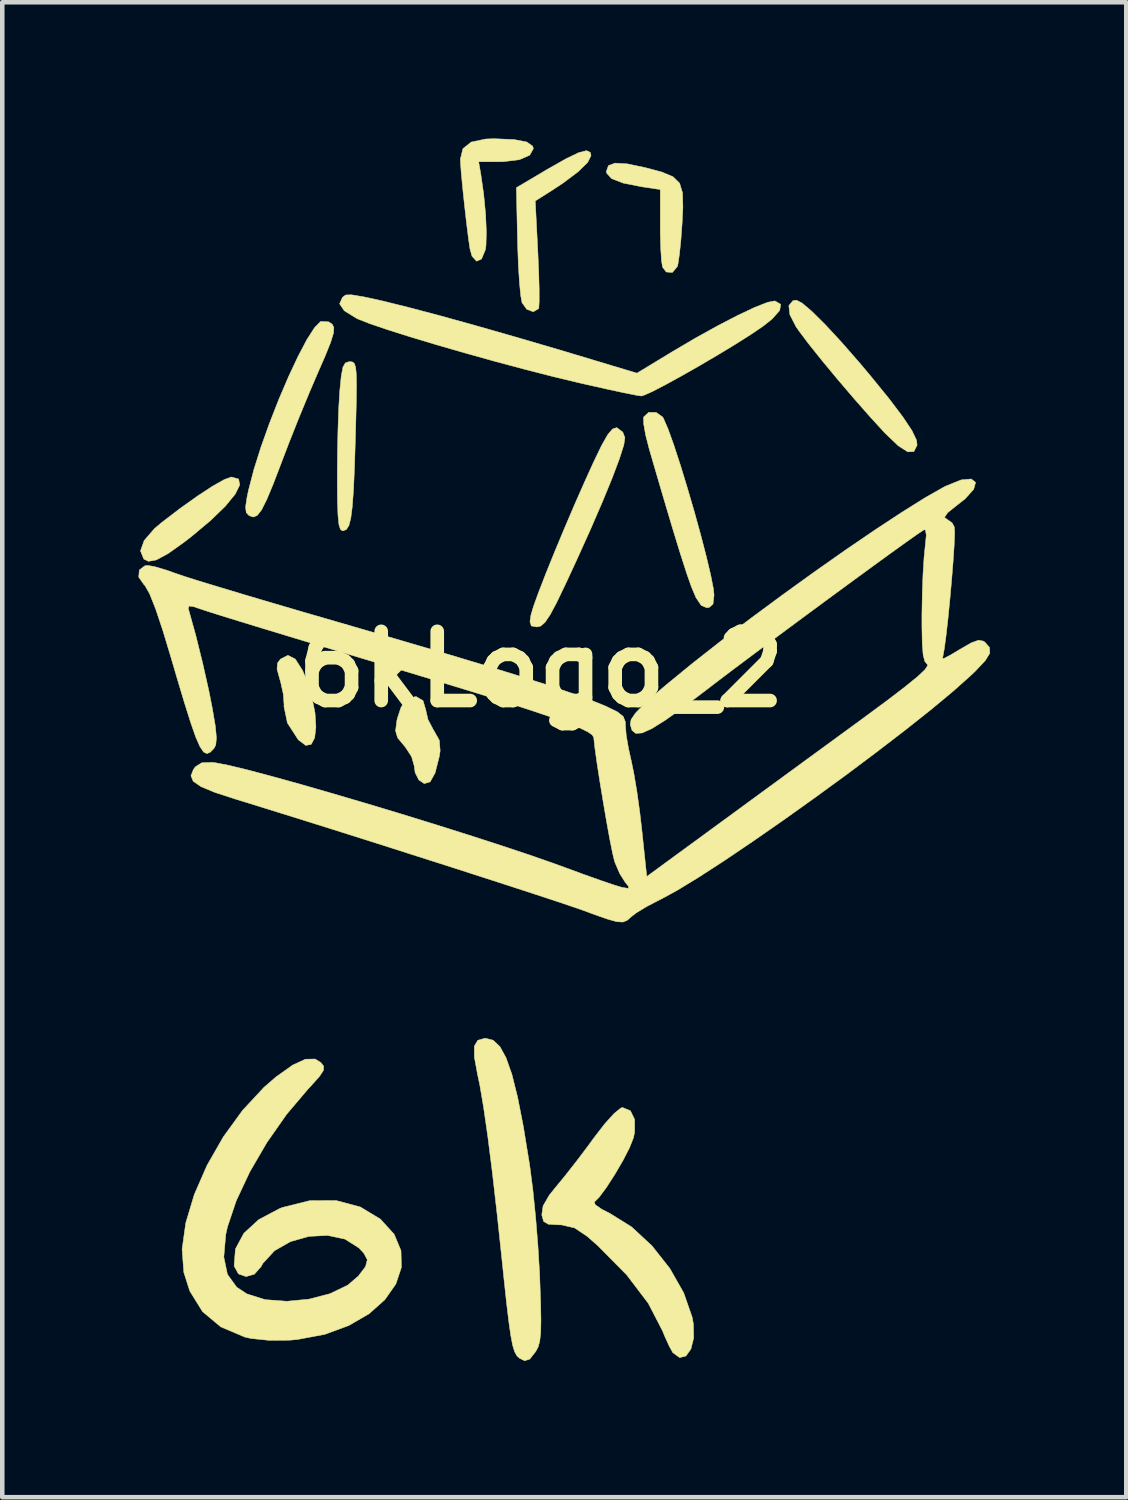
<source format=kicad_pcb>
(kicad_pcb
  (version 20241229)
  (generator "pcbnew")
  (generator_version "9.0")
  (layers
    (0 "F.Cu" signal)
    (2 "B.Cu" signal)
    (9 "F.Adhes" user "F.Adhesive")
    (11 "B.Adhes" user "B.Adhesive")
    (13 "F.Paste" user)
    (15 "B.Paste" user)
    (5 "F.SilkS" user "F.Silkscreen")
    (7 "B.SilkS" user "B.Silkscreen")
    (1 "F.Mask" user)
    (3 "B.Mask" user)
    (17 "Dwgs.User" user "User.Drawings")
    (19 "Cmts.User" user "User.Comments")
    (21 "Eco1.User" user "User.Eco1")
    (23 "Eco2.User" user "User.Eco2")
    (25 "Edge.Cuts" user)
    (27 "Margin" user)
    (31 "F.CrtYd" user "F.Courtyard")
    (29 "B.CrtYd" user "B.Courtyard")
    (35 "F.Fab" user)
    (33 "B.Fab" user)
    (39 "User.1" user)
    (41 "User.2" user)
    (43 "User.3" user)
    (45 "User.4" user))
  (footprint "6kLogo_2"
    (layer "F.Cu")
    (at 8.865 11.688)
    (property "Reference" "6kLogo_2" (at 0 0 0) (layer "F.SilkS") (effects (font (size 1.524 1.524) (thickness 0.3))))
    (attr through_hole)
    (fp_poly (pts (xy -6.66 -4.188) (xy -6.635 -4.059) (xy -6.735 -3.856) (xy -6.951 -3.592) (xy -7.276 -3.277) (xy -7.701 -2.921) (xy -7.874 -2.788) (xy -8.223 -2.541) (xy -8.473 -2.407) (xy -8.646 -2.376) (xy -8.749 -2.427) (xy -8.821 -2.606) (xy -8.741 -2.833) (xy -8.514 -3.096) (xy -8.361 -3.226) (xy -7.952 -3.539) (xy -7.567 -3.813) (xy -7.233 -4.032) (xy -6.976 -4.177) (xy -6.822 -4.233) (xy -6.818 -4.233) (xy -6.66 -4.188)) (stroke (width 0.01) (type solid)) (fill yes) (layer "F.SilkS"))
    (fp_poly (pts (xy -5.411 -0.223) (xy -5.25 0.03) (xy -5.179 0.197) (xy -5.051 0.593) (xy -4.978 0.959) (xy -4.958 1.273) (xy -4.986 1.512) (xy -5.061 1.654) (xy -5.18 1.678) (xy -5.339 1.56) (xy -5.352 1.545) (xy -5.586 1.183) (xy -5.661 0.822) (xy -5.659 0.786) (xy -5.676 0.548) (xy -5.738 0.268) (xy -5.752 0.224) (xy -5.814 -0.002) (xy -5.803 -0.136) (xy -5.739 -0.223) (xy -5.574 -0.307) (xy -5.411 -0.223)) (stroke (width 0.01) (type solid)) (fill yes) (layer "F.SilkS"))
    (fp_poly (pts (xy -2.599 0.692) (xy -2.54 0.89) (xy -2.49 1.108) (xy -2.368 1.34) (xy -2.36 1.351) (xy -2.239 1.568) (xy -2.222 1.797) (xy -2.24 1.918) (xy -2.332 2.281) (xy -2.442 2.48) (xy -2.572 2.519) (xy -2.692 2.438) (xy -2.772 2.279) (xy -2.794 2.126) (xy -2.851 1.925) (xy -2.992 1.71) (xy -3.018 1.68) (xy -3.158 1.511) (xy -3.204 1.357) (xy -3.175 1.133) (xy -3.167 1.092) (xy -3.088 0.85) (xy -2.986 0.679) (xy -2.954 0.652) (xy -2.753 0.601) (xy -2.599 0.692)) (stroke (width 0.01) (type solid)) (fill yes) (layer "F.SilkS"))
    (fp_poly (pts (xy 1.086 -11.381) (xy 1.101 -11.311) (xy 1.026 -11.161) (xy 0.814 -10.954) (xy 0.478 -10.702) (xy 0.244 -10.548) (xy -0.127 -10.313) (xy -0.069 -9.161) (xy -0.051 -8.734) (xy -0.041 -8.369) (xy -0.041 -8.097) (xy -0.049 -7.954) (xy -0.053 -7.941) (xy -0.172 -7.872) (xy -0.315 -7.927) (xy -0.418 -8.071) (xy -0.447 -8.226) (xy -0.475 -8.513) (xy -0.499 -8.894) (xy -0.515 -9.33) (xy -0.518 -9.437) (xy -0.543 -10.605) (xy 0.154 -11.018) (xy 0.553 -11.244) (xy 0.83 -11.377) (xy 1.003 -11.421) (xy 1.086 -11.381)) (stroke (width 0.01) (type solid)) (fill yes) (layer "F.SilkS"))
    (fp_poly (pts (xy 1.897 -11.13) (xy 2.29 -11.048) (xy 2.661 -10.949) (xy 2.907 -10.846) (xy 3.051 -10.705) (xy 3.116 -10.491) (xy 3.124 -10.169) (xy 3.107 -9.823) (xy 3.08 -9.455) (xy 3.048 -9.14) (xy 3.016 -8.925) (xy 3.001 -8.867) (xy 2.892 -8.738) (xy 2.757 -8.748) (xy 2.676 -8.855) (xy 2.653 -8.995) (xy 2.636 -9.259) (xy 2.626 -9.6) (xy 2.625 -9.776) (xy 2.625 -10.564) (xy 2.23 -10.623) (xy 1.813 -10.705) (xy 1.555 -10.804) (xy 1.445 -10.925) (xy 1.439 -10.965) (xy 1.484 -11.091) (xy 1.631 -11.146) (xy 1.897 -11.13)) (stroke (width 0.01) (type solid)) (fill yes) (layer "F.SilkS"))
    (fp_poly (pts (xy 5.75 -8.063) (xy 5.966 -7.879) (xy 6.258 -7.59) (xy 6.61 -7.21) (xy 7.009 -6.754) (xy 7.242 -6.477) (xy 7.662 -5.961) (xy 7.968 -5.556) (xy 8.169 -5.254) (xy 8.269 -5.044) (xy 8.282 -4.936) (xy 8.211 -4.794) (xy 8.076 -4.787) (xy 7.868 -4.92) (xy 7.58 -5.195) (xy 7.558 -5.218) (xy 7.237 -5.569) (xy 6.882 -5.973) (xy 6.52 -6.397) (xy 6.18 -6.808) (xy 5.888 -7.173) (xy 5.673 -7.46) (xy 5.616 -7.542) (xy 5.48 -7.807) (xy 5.457 -8.007) (xy 5.546 -8.115) (xy 5.622 -8.128) (xy 5.75 -8.063)) (stroke (width 0.01) (type solid)) (fill yes) (layer "F.SilkS"))
    (fp_poly (pts (xy -0.594 -11.665) (xy -0.314 -11.611) (xy -0.183 -11.519) (xy -0.169 -11.465) (xy -0.249 -11.321) (xy -0.474 -11.222) (xy -0.828 -11.178) (xy -0.935 -11.176) (xy -1.374 -11.176) (xy -1.326 -10.901) (xy -1.263 -10.46) (xy -1.221 -10.017) (xy -1.204 -9.622) (xy -1.213 -9.324) (xy -1.226 -9.238) (xy -1.311 -9.033) (xy -1.42 -8.986) (xy -1.52 -9.096) (xy -1.564 -9.25) (xy -1.599 -9.49) (xy -1.641 -9.827) (xy -1.685 -10.213) (xy -1.726 -10.599) (xy -1.758 -10.936) (xy -1.775 -11.175) (xy -1.777 -11.233) (xy -1.72 -11.465) (xy -1.537 -11.61) (xy -1.217 -11.677) (xy -1.031 -11.683) (xy -0.594 -11.665)) (stroke (width 0.01) (type solid)) (fill yes) (layer "F.SilkS"))
    (fp_poly (pts (xy 1.67 -5.319) (xy 1.8 -5.222) (xy 1.847 -5.099) (xy 1.823 -4.939) (xy 1.729 -4.643) (xy 1.573 -4.226) (xy 1.359 -3.704) (xy 1.095 -3.093) (xy 0.786 -2.408) (xy 0.543 -1.884) (xy 0.347 -1.475) (xy 0.2 -1.199) (xy 0.087 -1.032) (xy -0.008 -0.951) (xy -0.089 -0.931) (xy -0.214 -0.953) (xy -0.244 -1.05) (xy -0.222 -1.196) (xy -0.166 -1.384) (xy -0.053 -1.697) (xy 0.107 -2.109) (xy 0.301 -2.589) (xy 0.519 -3.111) (xy 0.747 -3.645) (xy 0.976 -4.163) (xy 1.155 -4.557) (xy 1.335 -4.931) (xy 1.47 -5.168) (xy 1.575 -5.291) (xy 1.663 -5.32) (xy 1.67 -5.319)) (stroke (width 0.01) (type solid)) (fill yes) (layer "F.SilkS"))
    (fp_poly (pts (xy 2.536 -5.655) (xy 2.679 -5.553) (xy 2.696 -5.524) (xy 2.796 -5.294) (xy 2.923 -4.941) (xy 3.068 -4.497) (xy 3.221 -3.997) (xy 3.375 -3.471) (xy 3.518 -2.952) (xy 3.642 -2.474) (xy 3.738 -2.067) (xy 3.797 -1.765) (xy 3.81 -1.631) (xy 3.787 -1.434) (xy 3.701 -1.36) (xy 3.647 -1.355) (xy 3.527 -1.406) (xy 3.412 -1.577) (xy 3.311 -1.816) (xy 3.206 -2.115) (xy 3.069 -2.541) (xy 2.897 -3.101) (xy 2.687 -3.807) (xy 2.436 -4.665) (xy 2.381 -4.855) (xy 2.303 -5.159) (xy 2.259 -5.409) (xy 2.257 -5.551) (xy 2.259 -5.554) (xy 2.371 -5.657) (xy 2.536 -5.655)) (stroke (width 0.01) (type solid)) (fill yes) (layer "F.SilkS"))
    (fp_poly (pts (xy -4.678 -7.65) (xy -4.6 -7.6) (xy -4.563 -7.526) (xy -4.571 -7.403) (xy -4.632 -7.202) (xy -4.754 -6.898) (xy -4.902 -6.56) (xy -5.104 -6.089) (xy -5.333 -5.535) (xy -5.556 -4.974) (xy -5.709 -4.572) (xy -5.897 -4.081) (xy -6.042 -3.733) (xy -6.156 -3.507) (xy -6.251 -3.386) (xy -6.337 -3.351) (xy -6.427 -3.382) (xy -6.429 -3.383) (xy -6.492 -3.449) (xy -6.507 -3.57) (xy -6.475 -3.787) (xy -6.44 -3.951) (xy -6.324 -4.397) (xy -6.167 -4.895) (xy -5.979 -5.421) (xy -5.773 -5.947) (xy -5.559 -6.447) (xy -5.349 -6.894) (xy -5.155 -7.262) (xy -4.987 -7.524) (xy -4.858 -7.654) (xy -4.847 -7.659) (xy -4.678 -7.65)) (stroke (width 0.01) (type solid)) (fill yes) (layer "F.SilkS"))
    (fp_poly (pts (xy -4.153 -6.767) (xy -4.111 -6.734) (xy -4.084 -6.652) (xy -4.068 -6.499) (xy -4.064 -6.254) (xy -4.068 -5.893) (xy -4.08 -5.396) (xy -4.088 -5.101) (xy -4.108 -4.45) (xy -4.13 -3.949) (xy -4.157 -3.58) (xy -4.19 -3.324) (xy -4.232 -3.163) (xy -4.287 -3.077) (xy -4.357 -3.049) (xy -4.37 -3.048) (xy -4.418 -3.079) (xy -4.451 -3.186) (xy -4.472 -3.393) (xy -4.484 -3.721) (xy -4.487 -4.193) (xy -4.487 -4.263) (xy -4.483 -4.769) (xy -4.472 -5.279) (xy -4.456 -5.738) (xy -4.435 -6.09) (xy -4.433 -6.126) (xy -4.4 -6.456) (xy -4.363 -6.651) (xy -4.31 -6.745) (xy -4.229 -6.773) (xy -4.21 -6.773) (xy -4.153 -6.767)) (stroke (width 0.01) (type solid)) (fill yes) (layer "F.SilkS"))
    (fp_poly (pts (xy -1.054 8.171) (xy -0.906 8.31) (xy -0.771 8.556) (xy -0.642 8.921) (xy -0.518 9.417) (xy -0.392 10.056) (xy -0.262 10.851) (xy -0.245 10.964) (xy -0.18 11.466) (xy -0.119 12.069) (xy -0.068 12.705) (xy -0.032 13.306) (xy -0.027 13.436) (xy -0.009 13.96) (xy -0.002 14.344) (xy -0.008 14.614) (xy -0.029 14.8) (xy -0.065 14.929) (xy -0.116 15.024) (xy -0.249 15.193) (xy -0.362 15.229) (xy -0.472 15.175) (xy -0.531 15.121) (xy -0.581 15.033) (xy -0.625 14.89) (xy -0.667 14.671) (xy -0.712 14.353) (xy -0.764 13.916) (xy -0.826 13.339) (xy -0.846 13.142) (xy -0.964 12.033) (xy -1.072 11.086) (xy -1.172 10.296) (xy -1.264 9.656) (xy -1.348 9.161) (xy -1.4 8.914) (xy -1.469 8.54) (xy -1.469 8.3) (xy -1.393 8.171) (xy -1.237 8.128) (xy -1.217 8.128) (xy -1.054 8.171)) (stroke (width 0.01) (type solid)) (fill yes) (layer "F.SilkS"))
    (fp_poly (pts (xy -3.899 -8.2) (xy -3.48 -8.108) (xy -2.928 -7.971) (xy -2.253 -7.793) (xy -1.465 -7.575) (xy -0.573 -7.32) (xy 0.413 -7.031) (xy 1.162 -6.806) (xy 2.112 -6.52) (xy 2.885 -6.989) (xy 3.401 -7.293) (xy 3.894 -7.566) (xy 4.338 -7.796) (xy 4.71 -7.971) (xy 4.988 -8.08) (xy 5.147 -8.111) (xy 5.151 -8.11) (xy 5.278 -8.037) (xy 5.256 -7.901) (xy 5.089 -7.713) (xy 4.89 -7.555) (xy 4.625 -7.375) (xy 4.283 -7.158) (xy 3.895 -6.923) (xy 3.488 -6.684) (xy 3.093 -6.459) (xy 2.737 -6.264) (xy 2.45 -6.115) (xy 2.26 -6.031) (xy 2.206 -6.017) (xy 2.08 -6.037) (xy 1.822 -6.089) (xy 1.465 -6.166) (xy 1.041 -6.261) (xy 0.847 -6.305) (xy 0.276 -6.442) (xy -0.35 -6.602) (xy -1.004 -6.777) (xy -1.66 -6.96) (xy -2.291 -7.142) (xy -2.87 -7.316) (xy -3.37 -7.474) (xy -3.765 -7.608) (xy -4.028 -7.711) (xy -4.064 -7.728) (xy -4.334 -7.895) (xy -4.436 -8.048) (xy -4.373 -8.189) (xy -4.303 -8.242) (xy -4.177 -8.246) (xy -3.899 -8.2)) (stroke (width 0.01) (type solid)) (fill yes) (layer "F.SilkS"))
    (fp_poly (pts (xy 1.969 9.724) (xy 2.062 9.917) (xy 2.06 10.201) (xy 2.034 10.322) (xy 1.95 10.534) (xy 1.805 10.817) (xy 1.626 11.124) (xy 1.441 11.411) (xy 1.277 11.631) (xy 1.173 11.734) (xy 1.195 11.794) (xy 1.34 11.894) (xy 1.518 11.985) (xy 1.994 12.281) (xy 2.444 12.699) (xy 2.837 13.197) (xy 3.142 13.734) (xy 3.328 14.269) (xy 3.356 14.424) (xy 3.361 14.73) (xy 3.3 14.972) (xy 3.191 15.124) (xy 3.053 15.16) (xy 2.905 15.053) (xy 2.902 15.05) (xy 2.824 14.91) (xy 2.72 14.681) (xy 2.676 14.572) (xy 2.363 13.966) (xy 1.887 13.339) (xy 1.254 12.699) (xy 1.016 12.489) (xy 0.738 12.303) (xy 0.45 12.237) (xy 0.381 12.235) (xy 0.16 12.222) (xy 0.057 12.162) (xy 0.018 12.023) (xy 0.017 12.012) (xy 0.045 11.818) (xy 0.183 11.58) (xy 0.331 11.397) (xy 0.537 11.146) (xy 0.797 10.814) (xy 1.064 10.459) (xy 1.159 10.328) (xy 1.4 10.015) (xy 1.606 9.786) (xy 1.755 9.665) (xy 1.795 9.652) (xy 1.969 9.724)) (stroke (width 0.01) (type solid)) (fill yes) (layer "F.SilkS"))
    (fp_poly (pts (xy -4.846 8.664) (xy -4.786 8.745) (xy -4.792 8.835) (xy -4.88 8.968) (xy -5.068 9.178) (xy -5.133 9.247) (xy -5.603 9.802) (xy -6.037 10.422) (xy -6.414 11.069) (xy -6.711 11.702) (xy -6.906 12.281) (xy -6.944 12.455) (xy -6.986 12.945) (xy -6.907 13.326) (xy -6.702 13.609) (xy -6.477 13.757) (xy -6.076 13.883) (xy -5.606 13.919) (xy -5.114 13.873) (xy -4.648 13.752) (xy -4.257 13.564) (xy -4.024 13.365) (xy -3.865 13.155) (xy -3.826 13.005) (xy -3.904 12.859) (xy -4.012 12.744) (xy -4.316 12.551) (xy -4.698 12.469) (xy -5.112 12.49) (xy -5.518 12.605) (xy -5.87 12.806) (xy -6.127 13.085) (xy -6.166 13.157) (xy -6.313 13.323) (xy -6.497 13.375) (xy -6.664 13.316) (xy -6.757 13.147) (xy -6.759 13.136) (xy -6.73 12.767) (xy -6.546 12.423) (xy -6.219 12.122) (xy -5.763 11.88) (xy -5.696 11.853) (xy -5.094 11.703) (xy -4.514 11.7) (xy -3.98 11.842) (xy -3.537 12.11) (xy -3.234 12.444) (xy -3.084 12.804) (xy -3.075 13.173) (xy -3.197 13.539) (xy -3.439 13.884) (xy -3.787 14.194) (xy -4.233 14.453) (xy -4.763 14.648) (xy -5.367 14.761) (xy -5.532 14.776) (xy -5.985 14.78) (xy -6.388 14.738) (xy -6.525 14.707) (xy -7.053 14.483) (xy -7.455 14.147) (xy -7.736 13.693) (xy -7.867 13.282) (xy -7.905 12.774) (xy -7.824 12.193) (xy -7.636 11.567) (xy -7.356 10.926) (xy -6.997 10.299) (xy -6.574 9.716) (xy -6.101 9.207) (xy -5.835 8.977) (xy -5.469 8.717) (xy -5.188 8.588) (xy -4.975 8.584) (xy -4.846 8.664)) (stroke (width 0.01) (type solid)) (fill yes) (layer "F.SilkS"))
    (fp_poly (pts (xy 9.57 -4.115) (xy 9.528 -3.963) (xy 9.338 -3.752) (xy 9.176 -3.625) (xy 8.955 -3.448) (xy 8.885 -3.345) (xy 8.918 -3.318) (xy 9.053 -3.223) (xy 9.102 -3.132) (xy 9.109 -3.004) (xy 9.099 -2.745) (xy 9.076 -2.391) (xy 9.043 -1.978) (xy 9.004 -1.54) (xy 8.962 -1.114) (xy 8.919 -0.736) (xy 8.879 -0.441) (xy 8.847 -0.264) (xy 8.836 -0.235) (xy 8.879 -0.241) (xy 9.029 -0.32) (xy 9.222 -0.436) (xy 9.476 -0.582) (xy 9.635 -0.639) (xy 9.742 -0.619) (xy 9.777 -0.594) (xy 9.877 -0.479) (xy 9.883 -0.353) (xy 9.782 -0.189) (xy 9.564 0.042) (xy 9.461 0.14) (xy 9.079 0.481) (xy 8.592 0.886) (xy 8.021 1.339) (xy 7.388 1.825) (xy 6.714 2.33) (xy 6.02 2.836) (xy 5.327 3.33) (xy 4.658 3.795) (xy 4.033 4.217) (xy 3.473 4.58) (xy 3.001 4.868) (xy 2.637 5.066) (xy 2.611 5.078) (xy 2.332 5.223) (xy 2.101 5.363) (xy 1.991 5.447) (xy 1.899 5.529) (xy 1.803 5.568) (xy 1.667 5.56) (xy 1.456 5.501) (xy 1.136 5.388) (xy 0.974 5.327) (xy 0.748 5.248) (xy 0.381 5.124) (xy -0.105 4.964) (xy -0.69 4.773) (xy -1.352 4.559) (xy -2.072 4.327) (xy -2.828 4.086) (xy -3.598 3.84) (xy -4.363 3.598) (xy -5.1 3.366) (xy -5.79 3.151) (xy -6.411 2.958) (xy -6.73 2.86) (xy -7.185 2.712) (xy -7.49 2.585) (xy -7.66 2.467) (xy -7.71 2.346) (xy -7.656 2.208) (xy -7.609 2.146) (xy -7.47 2.059) (xy -7.237 2.052) (xy -7.158 2.062) (xy -6.883 2.115) (xy -6.47 2.215) (xy -5.942 2.355) (xy -5.321 2.527) (xy -4.63 2.726) (xy -3.891 2.943) (xy -3.127 3.173) (xy -2.361 3.409) (xy -1.616 3.644) (xy -0.913 3.871) (xy -0.276 4.083) (xy 0.272 4.274) (xy 0.527 4.367) (xy 0.936 4.517) (xy 1.304 4.648) (xy 1.594 4.747) (xy 1.767 4.8) (xy 1.778 4.803) (xy 1.924 4.827) (xy 1.925 4.78) (xy 1.852 4.69) (xy 1.732 4.499) (xy 1.625 4.25) (xy 1.618 4.229) (xy 1.576 4.053) (xy 1.515 3.751) (xy 1.444 3.361) (xy 1.369 2.923) (xy 1.296 2.478) (xy 1.232 2.067) (xy 1.185 1.728) (xy 1.16 1.502) (xy 1.16 1.502) (xy 1.127 1.447) (xy 1.031 1.38) (xy 0.86 1.296) (xy 0.604 1.192) (xy 0.255 1.066) (xy -0.199 0.912) (xy -0.767 0.729) (xy -1.46 0.512) (xy -2.286 0.259) (xy -3.257 -0.035) (xy -4.233 -0.327) (xy -4.913 -0.531) (xy -5.556 -0.725) (xy -6.139 -0.902) (xy -6.642 -1.056) (xy -7.043 -1.18) (xy -7.32 -1.267) (xy -7.435 -1.305) (xy -7.655 -1.379) (xy -7.754 -1.391) (xy -7.768 -1.338) (xy -7.755 -1.289) (xy -7.605 -0.751) (xy -7.451 -0.129) (xy -7.312 0.491) (xy -7.237 0.873) (xy -7.172 1.258) (xy -7.149 1.512) (xy -7.163 1.667) (xy -7.201 1.741) (xy -7.283 1.826) (xy -7.357 1.859) (xy -7.43 1.824) (xy -7.51 1.708) (xy -7.604 1.495) (xy -7.717 1.171) (xy -7.859 0.72) (xy -8.036 0.129) (xy -8.136 -0.214) (xy -8.329 -0.853) (xy -8.49 -1.334) (xy -8.62 -1.661) (xy -8.722 -1.841) (xy -8.748 -1.868) (xy -8.86 -2.029) (xy -8.847 -2.185) (xy -8.723 -2.279) (xy -8.66 -2.286) (xy -8.5 -2.257) (xy -8.249 -2.182) (xy -8.048 -2.111) (xy -7.864 -2.048) (xy -7.538 -1.945) (xy -7.091 -1.809) (xy -6.544 -1.644) (xy -5.918 -1.459) (xy -5.234 -1.258) (xy -4.513 -1.049) (xy -4.408 -1.018) (xy -3.205 -0.669) (xy -2.156 -0.361) (xy -1.253 -0.09) (xy -0.486 0.147) (xy 0.153 0.351) (xy 0.674 0.527) (xy 1.086 0.676) (xy 1.398 0.802) (xy 1.42 0.811) (xy 1.676 0.935) (xy 1.809 1.039) (xy 1.857 1.16) (xy 1.859 1.245) (xy 1.876 1.456) (xy 1.928 1.754) (xy 1.981 1.99) (xy 2.042 2.283) (xy 2.11 2.687) (xy 2.174 3.146) (xy 2.219 3.532) (xy 2.328 4.565) (xy 3.937 3.388) (xy 4.523 2.959) (xy 5.183 2.476) (xy 5.865 1.977) (xy 6.517 1.501) (xy 7.085 1.086) (xy 7.086 1.085) (xy 7.618 0.692) (xy 8.018 0.386) (xy 8.295 0.16) (xy 8.458 0.006) (xy 8.516 -0.084) (xy 8.504 -0.109) (xy 8.451 -0.174) (xy 8.415 -0.316) (xy 8.395 -0.56) (xy 8.388 -0.932) (xy 8.388 -1.211) (xy 8.396 -1.662) (xy 8.412 -2.098) (xy 8.435 -2.464) (xy 8.457 -2.683) (xy 8.484 -2.954) (xy 8.464 -3.07) (xy 8.43 -3.069) (xy 8.293 -2.978) (xy 8.041 -2.8) (xy 7.693 -2.55) (xy 7.271 -2.243) (xy 6.792 -1.893) (xy 6.279 -1.516) (xy 5.75 -1.126) (xy 5.226 -0.738) (xy 4.727 -0.366) (xy 4.273 -0.026) (xy 3.884 0.268) (xy 3.652 0.446) (xy 3.139 0.835) (xy 2.74 1.12) (xy 2.441 1.307) (xy 2.228 1.403) (xy 2.087 1.414) (xy 2.003 1.347) (xy 1.964 1.214) (xy 1.983 1.108) (xy 2.079 0.967) (xy 2.27 0.77) (xy 2.571 0.501) (xy 2.767 0.335) (xy 3.314 -0.113) (xy 3.935 -0.601) (xy 4.607 -1.112) (xy 5.308 -1.63) (xy 6.015 -2.14) (xy 6.706 -2.626) (xy 7.359 -3.071) (xy 7.951 -3.46) (xy 8.459 -3.778) (xy 8.862 -4.007) (xy 8.917 -4.035) (xy 9.253 -4.17) (xy 9.474 -4.19) (xy 9.57 -4.115)) (stroke (width 0.01) (type solid)) (fill yes) (layer "F.SilkS")))
  (gr_rect
    (start -3 -3)
    (end 21.753 29.922)
    (stroke (width 0.1) (type default))
    (fill no)
    (layer "Edge.Cuts")))
</source>
